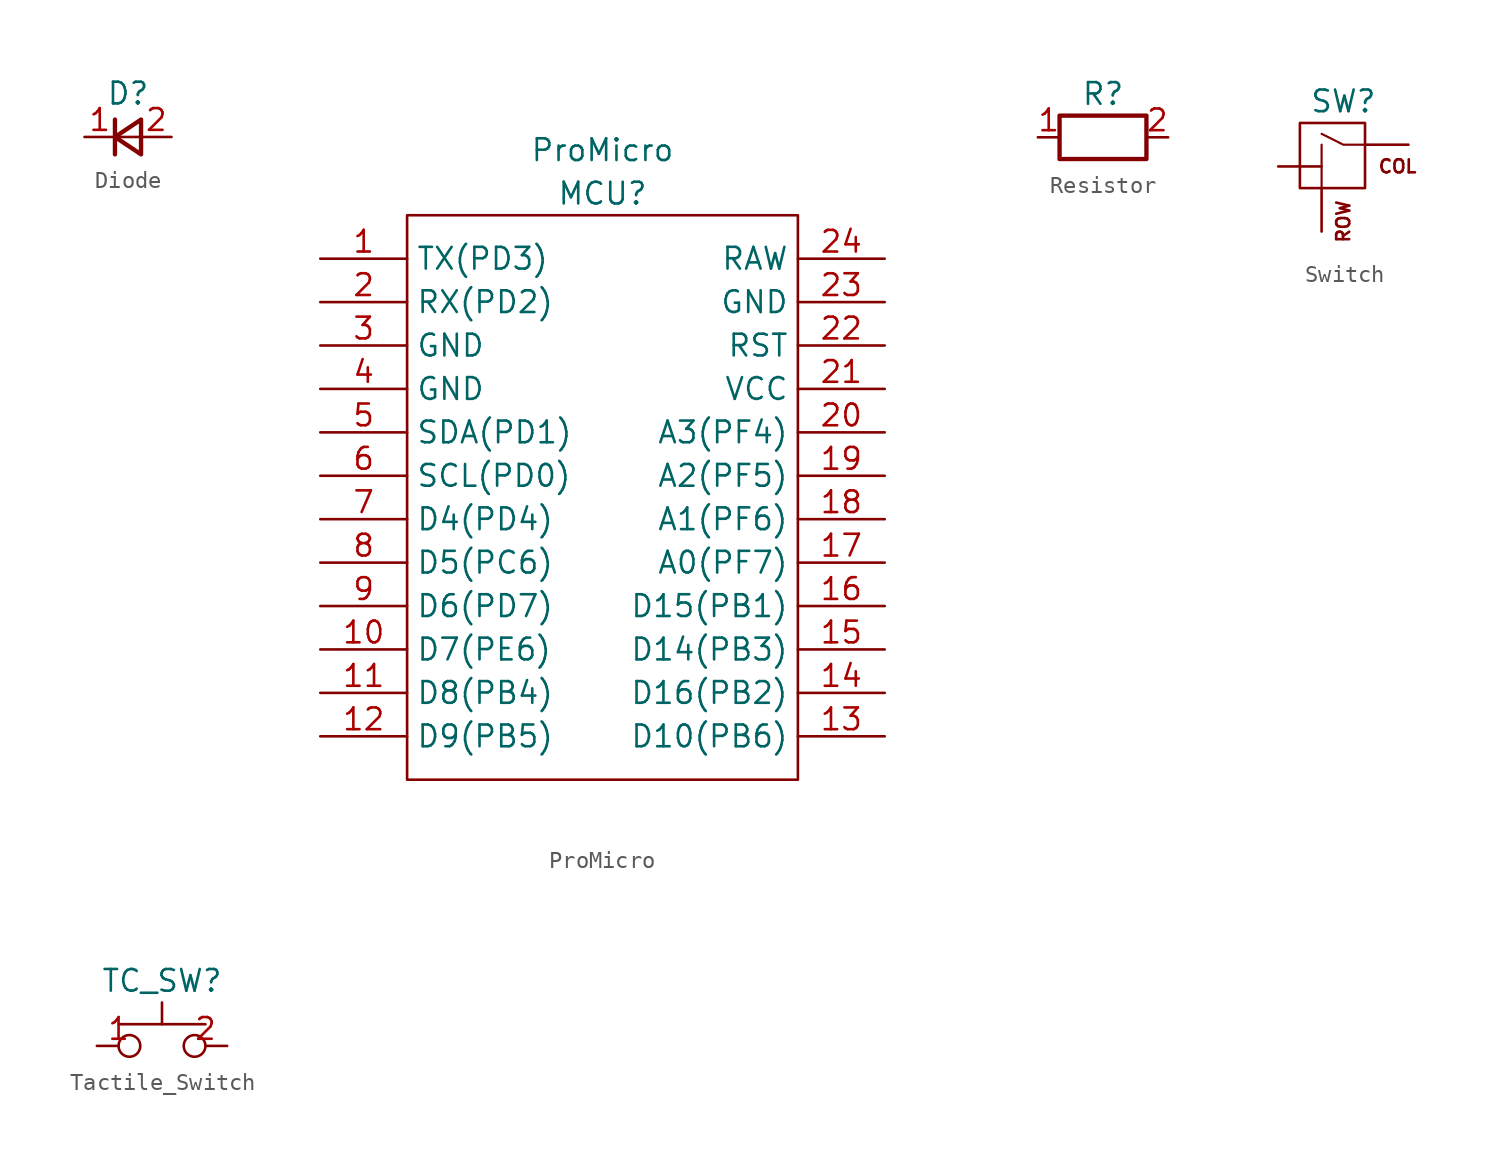
<source format=kicad_sym>
(kicad_symbol_lib
  (version 20211014)
  (generator kicad_symbol_editor)
  (symbol "Diode"
    (property "Reference" "D"
      (at 0 2.54 0)
      (effects (font (size 1.27 1.27))))
    (symbol "Diode_0_1"
      (polyline (pts (xy -0.762 -1.016) (xy -0.762 1.016)) (stroke (width 0.254) (type default) (color 0 0 0 0)) (fill (type none)))
      (polyline (pts (xy -0.762 0) (xy 0.762 0)) (stroke (width 0) (type default) (color 0 0 0 0)) (fill (type none)))
      (polyline (pts (xy 0.762 -1.016) (xy -0.762 0) (xy 0.762 1.016) (xy 0.762 -1.016)) (stroke (width 0.254) (type default) (color 0 0 0 0)) (fill (type none))))
    (symbol "Diode_1_1"
      (pin passive line (at -2.54 0 0) (length 1.778) (name "" (effects (font (size 1.27 1.27)))) (number "1" (effects (font (size 1.27 1.27)))))
      (pin passive line (at 2.54 0 180) (length 1.778) (name "" (effects (font (size 1.27 1.27)))) (number "2" (effects (font (size 1.27 1.27)))))))
  (symbol "ProMicro"
    (property "Reference" "MCU"
      (at 0 17.78 0)
      (effects (font (size 1.27 1.27))))
    (property "Value" "ProMicro"
      (at 0 20.32 0)
      (effects (font (size 1.27 1.27))))
    (symbol "ProMicro_0_1"
      (rectangle (start -11.43 16.51) (end 11.43 -16.51) (stroke (width 0) (type default) (color 0 0 0 0)) (fill (type none))))
    (symbol "ProMicro_1_1"
      (pin input line (at -16.51 13.97 0) (length 5.08) (name "TX(PD3)" (effects (font (size 1.27 1.27)))) (number "1" (effects (font (size 1.27 1.27)))))
      (pin input line (at -16.51 -8.89 0) (length 5.08) (name "D7(PE6)" (effects (font (size 1.27 1.27)))) (number "10" (effects (font (size 1.27 1.27)))))
      (pin input line (at -16.51 -11.43 0) (length 5.08) (name "D8(PB4)" (effects (font (size 1.27 1.27)))) (number "11" (effects (font (size 1.27 1.27)))))
      (pin input line (at -16.51 -13.97 0) (length 5.08) (name "D9(PB5)" (effects (font (size 1.27 1.27)))) (number "12" (effects (font (size 1.27 1.27)))))
      (pin input line (at 16.51 -13.97 180) (length 5.08) (name "D10(PB6)" (effects (font (size 1.27 1.27)))) (number "13" (effects (font (size 1.27 1.27)))))
      (pin input line (at 16.51 -11.43 180) (length 5.08) (name "D16(PB2)" (effects (font (size 1.27 1.27)))) (number "14" (effects (font (size 1.27 1.27)))))
      (pin input line (at 16.51 -8.89 180) (length 5.08) (name "D14(PB3)" (effects (font (size 1.27 1.27)))) (number "15" (effects (font (size 1.27 1.27)))))
      (pin input line (at 16.51 -6.35 180) (length 5.08) (name "D15(PB1)" (effects (font (size 1.27 1.27)))) (number "16" (effects (font (size 1.27 1.27)))))
      (pin input line (at 16.51 -3.81 180) (length 5.08) (name "A0(PF7)" (effects (font (size 1.27 1.27)))) (number "17" (effects (font (size 1.27 1.27)))))
      (pin input line (at 16.51 -1.27 180) (length 5.08) (name "A1(PF6)" (effects (font (size 1.27 1.27)))) (number "18" (effects (font (size 1.27 1.27)))))
      (pin input line (at 16.51 1.27 180) (length 5.08) (name "A2(PF5)" (effects (font (size 1.27 1.27)))) (number "19" (effects (font (size 1.27 1.27)))))
      (pin input line (at -16.51 11.43 0) (length 5.08) (name "RX(PD2)" (effects (font (size 1.27 1.27)))) (number "2" (effects (font (size 1.27 1.27)))))
      (pin input line (at 16.51 3.81 180) (length 5.08) (name "A3(PF4)" (effects (font (size 1.27 1.27)))) (number "20" (effects (font (size 1.27 1.27)))))
      (pin input line (at 16.51 6.35 180) (length 5.08) (name "VCC" (effects (font (size 1.27 1.27)))) (number "21" (effects (font (size 1.27 1.27)))))
      (pin input line (at 16.51 8.89 180) (length 5.08) (name "RST" (effects (font (size 1.27 1.27)))) (number "22" (effects (font (size 1.27 1.27)))))
      (pin input line (at 16.51 11.43 180) (length 5.08) (name "GND" (effects (font (size 1.27 1.27)))) (number "23" (effects (font (size 1.27 1.27)))))
      (pin input line (at 16.51 13.97 180) (length 5.08) (name "RAW" (effects (font (size 1.27 1.27)))) (number "24" (effects (font (size 1.27 1.27)))))
      (pin input line (at -16.51 8.89 0) (length 5.08) (name "GND" (effects (font (size 1.27 1.27)))) (number "3" (effects (font (size 1.27 1.27)))))
      (pin input line (at -16.51 6.35 0) (length 5.08) (name "GND" (effects (font (size 1.27 1.27)))) (number "4" (effects (font (size 1.27 1.27)))))
      (pin input line (at -16.51 3.81 0) (length 5.08) (name "SDA(PD1)" (effects (font (size 1.27 1.27)))) (number "5" (effects (font (size 1.27 1.27)))))
      (pin input line (at -16.51 1.27 0) (length 5.08) (name "SCL(PD0)" (effects (font (size 1.27 1.27)))) (number "6" (effects (font (size 1.27 1.27)))))
      (pin input line (at -16.51 -1.27 0) (length 5.08) (name "D4(PD4)" (effects (font (size 1.27 1.27)))) (number "7" (effects (font (size 1.27 1.27)))))
      (pin input line (at -16.51 -3.81 0) (length 5.08) (name "D5(PC6)" (effects (font (size 1.27 1.27)))) (number "8" (effects (font (size 1.27 1.27)))))
      (pin input line (at -16.51 -6.35 0) (length 5.08) (name "D6(PD7)" (effects (font (size 1.27 1.27)))) (number "9" (effects (font (size 1.27 1.27)))))))
  (symbol "Resistor"
    (property "Reference" "R"
      (at 0 2.54 0)
      (effects (font (size 1.27 1.27))))
    (symbol "Resistor_0_1"
      (rectangle (start -2.54 1.27) (end 2.54 -1.27) (stroke (width 0.254) (type default) (color 0 0 0 0)) (fill (type none))))
    (symbol "Resistor_1_1"
      (pin passive line (at -3.81 0 0) (length 1.27) (name "~" (effects (font (size 1.27 1.27)))) (number "1" (effects (font (size 1.27 1.27)))))
      (pin passive line (at 3.81 0 180) (length 1.27) (name "~" (effects (font (size 1.27 1.27)))) (number "2" (effects (font (size 1.27 1.27)))))))
  (symbol "Switch"
    (property "Reference" "SW"
      (at 0 3.81 0)
      (effects (font (size 1.27 1.27))))
    (symbol "Switch_0_0"
      (rectangle (start -2.54 2.54) (end 1.27 -1.27) (stroke (width 0) (type default) (color 0 0 0 0)) (fill (type none)))
      (polyline (pts (xy -1.27 -1.27) (xy -1.27 1.27)) (stroke (width 0.127) (type default) (color 0 0 0 0)) (fill (type none)))
      (polyline (pts (xy 1.27 1.27) (xy 0 1.27) (xy -1.27 1.905)) (stroke (width 0.127) (type default) (color 0 0 0 0)) (fill (type none)))
      (text "COL" (at 3.175 0 0) (effects (font (size 0.762 0.762))))
      (text "ROW" (at 0 -1.905 900) (effects (font (size 0.762 0.762)) (justify right))))
    (symbol "Switch_1_1"
      (pin passive line (at 3.81 1.27 180) (length 2.54) (name "COL" (effects (font (size 0 0)))) (number "1" (effects (font (size 0 0)))))
      (pin passive line (at -1.27 -3.81 90) (length 2.54) (name "ROW" (effects (font (size 0 0)))) (number "2" (effects (font (size 0 0)))))
      (pin passive line (at -3.81 0 0) (length 2.54) (name "" (effects (font (size 0 0)))) (number "3" (effects (font (size 0 0)))))))
  (symbol "Tactile_Switch"
    (pin_names hide)
    (property "Reference" "TC_SW"
      (at 0 2.54 0)
      (effects (font (size 1.27 1.27))))
    (symbol "Tactile_Switch_0_1"
      (polyline (pts (xy -2.54 0) (xy 2.54 0)) (stroke (width 0) (type default) (color 0 0 0 0)) (fill (type none)))
      (polyline (pts (xy 0 1.27) (xy 0 0)) (stroke (width 0) (type default) (color 0 0 0 0)) (fill (type none)))
      (pin passive inverted (at -3.81 -1.27 0) (length 2.54) (name "RST" (effects (font (size 1.27 1.27)))) (number "1" (effects (font (size 1.27 1.27)))))
      (pin passive inverted (at 3.81 -1.27 180) (length 2.54) (name "GND" (effects (font (size 1.27 1.27)))) (number "2" (effects (font (size 1.27 1.27))))))))
</source>
